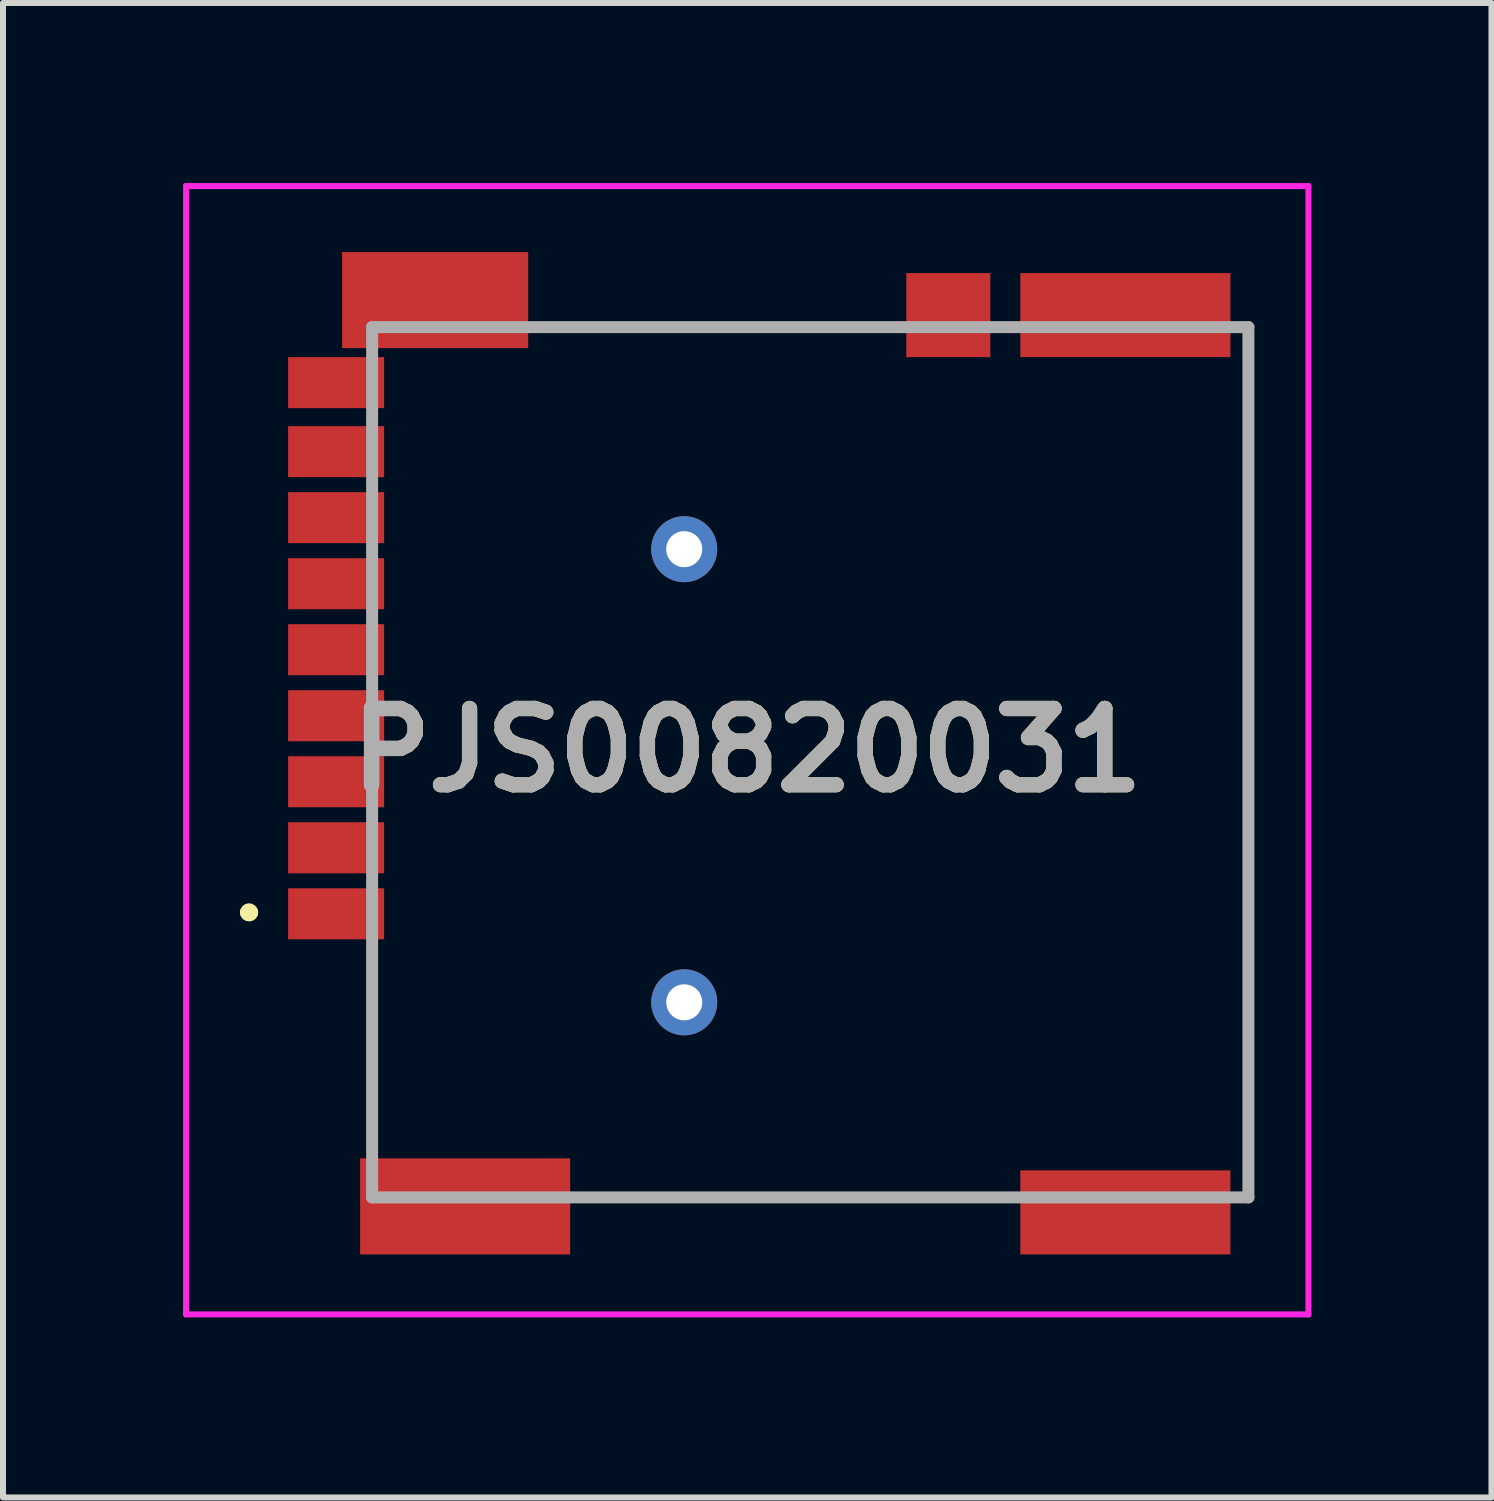
<source format=kicad_pcb>
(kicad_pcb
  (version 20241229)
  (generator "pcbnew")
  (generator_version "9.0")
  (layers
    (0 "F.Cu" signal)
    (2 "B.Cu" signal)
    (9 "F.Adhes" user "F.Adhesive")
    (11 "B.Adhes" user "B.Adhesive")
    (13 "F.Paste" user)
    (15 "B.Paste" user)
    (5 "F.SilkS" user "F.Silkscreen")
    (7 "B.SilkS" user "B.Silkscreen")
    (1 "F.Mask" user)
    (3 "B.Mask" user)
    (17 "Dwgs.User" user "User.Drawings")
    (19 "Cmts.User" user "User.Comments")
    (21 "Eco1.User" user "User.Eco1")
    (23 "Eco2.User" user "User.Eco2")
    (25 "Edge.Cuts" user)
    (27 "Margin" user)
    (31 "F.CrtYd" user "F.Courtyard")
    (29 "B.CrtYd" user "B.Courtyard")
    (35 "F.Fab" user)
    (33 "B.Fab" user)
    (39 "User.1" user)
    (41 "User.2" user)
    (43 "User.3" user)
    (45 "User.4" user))
  (footprint "PJS00820031"
    (layer "F.Cu")
    (at 8.35 13.65)
    (property "Reference" "PJS00820031" (at 1.05 -4.2 0) (layer "F.SilkS") (effects (font (size 1.27 1.27) (thickness 0.254))))
    (attr through_hole)
    (fp_line (start -7.3 -1.5) (end -7.3 -1.5) (stroke (width 0.2) (type solid)) (layer "F.SilkS"))
    (fp_line (start -7.3 -1.5) (end -7.3 -1.5) (stroke (width 0.2) (type solid)) (layer "F.SilkS"))
    (fp_line (start -7.2 -1.5) (end -7.2 -1.5) (stroke (width 0.2) (type solid)) (layer "F.SilkS"))
    (fp_line (start -5.2 -0.5) (end -5.2 2) (stroke (width 0.1) (type solid)) (layer "F.SilkS"))
    (fp_line (start -1.25 3.25) (end 5 3.25) (stroke (width 0.1) (type solid)) (layer "F.SilkS"))
    (fp_line (start 3 -11.25) (end -2 -11.25) (stroke (width 0.1) (type solid)) (layer "F.SilkS"))
    (fp_line (start 9.4 3.25) (end 9.4 -11.25) (stroke (width 0.1) (type solid)) (layer "F.SilkS"))
    (fp_arc (start -7.3 -1.5) (mid -7.25 -1.55) (end -7.2 -1.5) (stroke (width 0.2) (type solid)) (layer "F.SilkS"))
    (fp_arc (start -7.2 -1.5) (mid -7.25 -1.45) (end -7.3 -1.5) (stroke (width 0.2) (type solid)) (layer "F.SilkS"))
    (fp_arc (start -7.2 -1.5) (mid -7.25 -1.45) (end -7.3 -1.5) (stroke (width 0.2) (type solid)) (layer "F.SilkS"))
    (fp_line (start -8.3 -13.6) (end 10.4 -13.6) (stroke (width 0.1) (type solid)) (layer "F.CrtYd"))
    (fp_line (start -8.3 5.2) (end -8.3 -13.6) (stroke (width 0.1) (type solid)) (layer "F.CrtYd"))
    (fp_line (start 10.4 -13.6) (end 10.4 5.2) (stroke (width 0.1) (type solid)) (layer "F.CrtYd"))
    (fp_line (start 10.4 5.2) (end -8.3 5.2) (stroke (width 0.1) (type solid)) (layer "F.CrtYd"))
    (fp_line (start -5.2 -11.25) (end -5.2 3.25) (stroke (width 0.2) (type solid)) (layer "F.Fab"))
    (fp_line (start -5.2 3.25) (end 9.4 3.25) (stroke (width 0.2) (type solid)) (layer "F.Fab"))
    (fp_line (start 9.4 -11.25) (end -5.2 -11.25) (stroke (width 0.2) (type solid)) (layer "F.Fab"))
    (fp_line (start 9.4 3.25) (end 9.4 -11.25) (stroke (width 0.2) (type solid)) (layer "F.Fab"))
    (fp_text user "${REFERENCE}" (at 1.05 -4.2 0) (layer "F.Fab") (effects (font (size 1.27 1.27) (thickness 0.254))))
    (pad "1" smd rect (at -5.8 -1.475 90) (size 0.85 1.6) (layers "F.Cu" "F.Mask" "F.Paste"))
    (pad "2" smd rect (at -5.8 -2.575 90) (size 0.85 1.6) (layers "F.Cu" "F.Mask" "F.Paste"))
    (pad "3" smd rect (at -5.8 -3.675 90) (size 0.85 1.6) (layers "F.Cu" "F.Mask" "F.Paste"))
    (pad "4" smd rect (at -5.8 -4.775 90) (size 0.85 1.6) (layers "F.Cu" "F.Mask" "F.Paste"))
    (pad "5" smd rect (at -5.8 -5.875 90) (size 0.85 1.6) (layers "F.Cu" "F.Mask" "F.Paste"))
    (pad "6" smd rect (at -5.8 -6.975 90) (size 0.85 1.6) (layers "F.Cu" "F.Mask" "F.Paste"))
    (pad "7" smd rect (at -5.8 -8.075 90) (size 0.85 1.6) (layers "F.Cu" "F.Mask" "F.Paste"))
    (pad "8" smd rect (at -5.8 -9.175 90) (size 0.85 1.6) (layers "F.Cu" "F.Mask" "F.Paste"))
    (pad "MH1" thru_hole circle (at 0 0) (size 1.1 1.1) (drill 0.6) (layers "*.Cu" "*.Mask"))
    (pad "MH2" thru_hole circle (at 0 -7.55) (size 1.1 1.1) (drill 0.6) (layers "*.Cu" "*.Mask"))
    (pad "SH1" smd rect (at -3.65 3.4 90) (size 1.6 3.5) (layers "F.Cu" "F.Mask" "F.Paste"))
    (pad "SH2" smd rect (at 7.35 3.5 90) (size 1.4 3.5) (layers "F.Cu" "F.Mask" "F.Paste"))
    (pad "SH3" smd rect (at 7.35 -11.45 90) (size 1.4 3.5) (layers "F.Cu" "F.Mask" "F.Paste"))
    (pad "SH4" smd rect (at -4.15 -11.7 90) (size 1.6 3.1) (layers "F.Cu" "F.Mask" "F.Paste"))
    (pad "SW1" smd rect (at 4.4 -11.45 90) (size 1.4 1.4) (layers "F.Cu" "F.Mask" "F.Paste"))
    (pad "SW2" smd rect (at -5.8 -10.325 90) (size 0.85 1.6) (layers "F.Cu" "F.Mask" "F.Paste")))
  (gr_rect
    (start -3 -3)
    (end 21.8 21.9)
    (stroke (width 0.1) (type default))
    (fill no)
    (layer "Edge.Cuts")))
</source>
